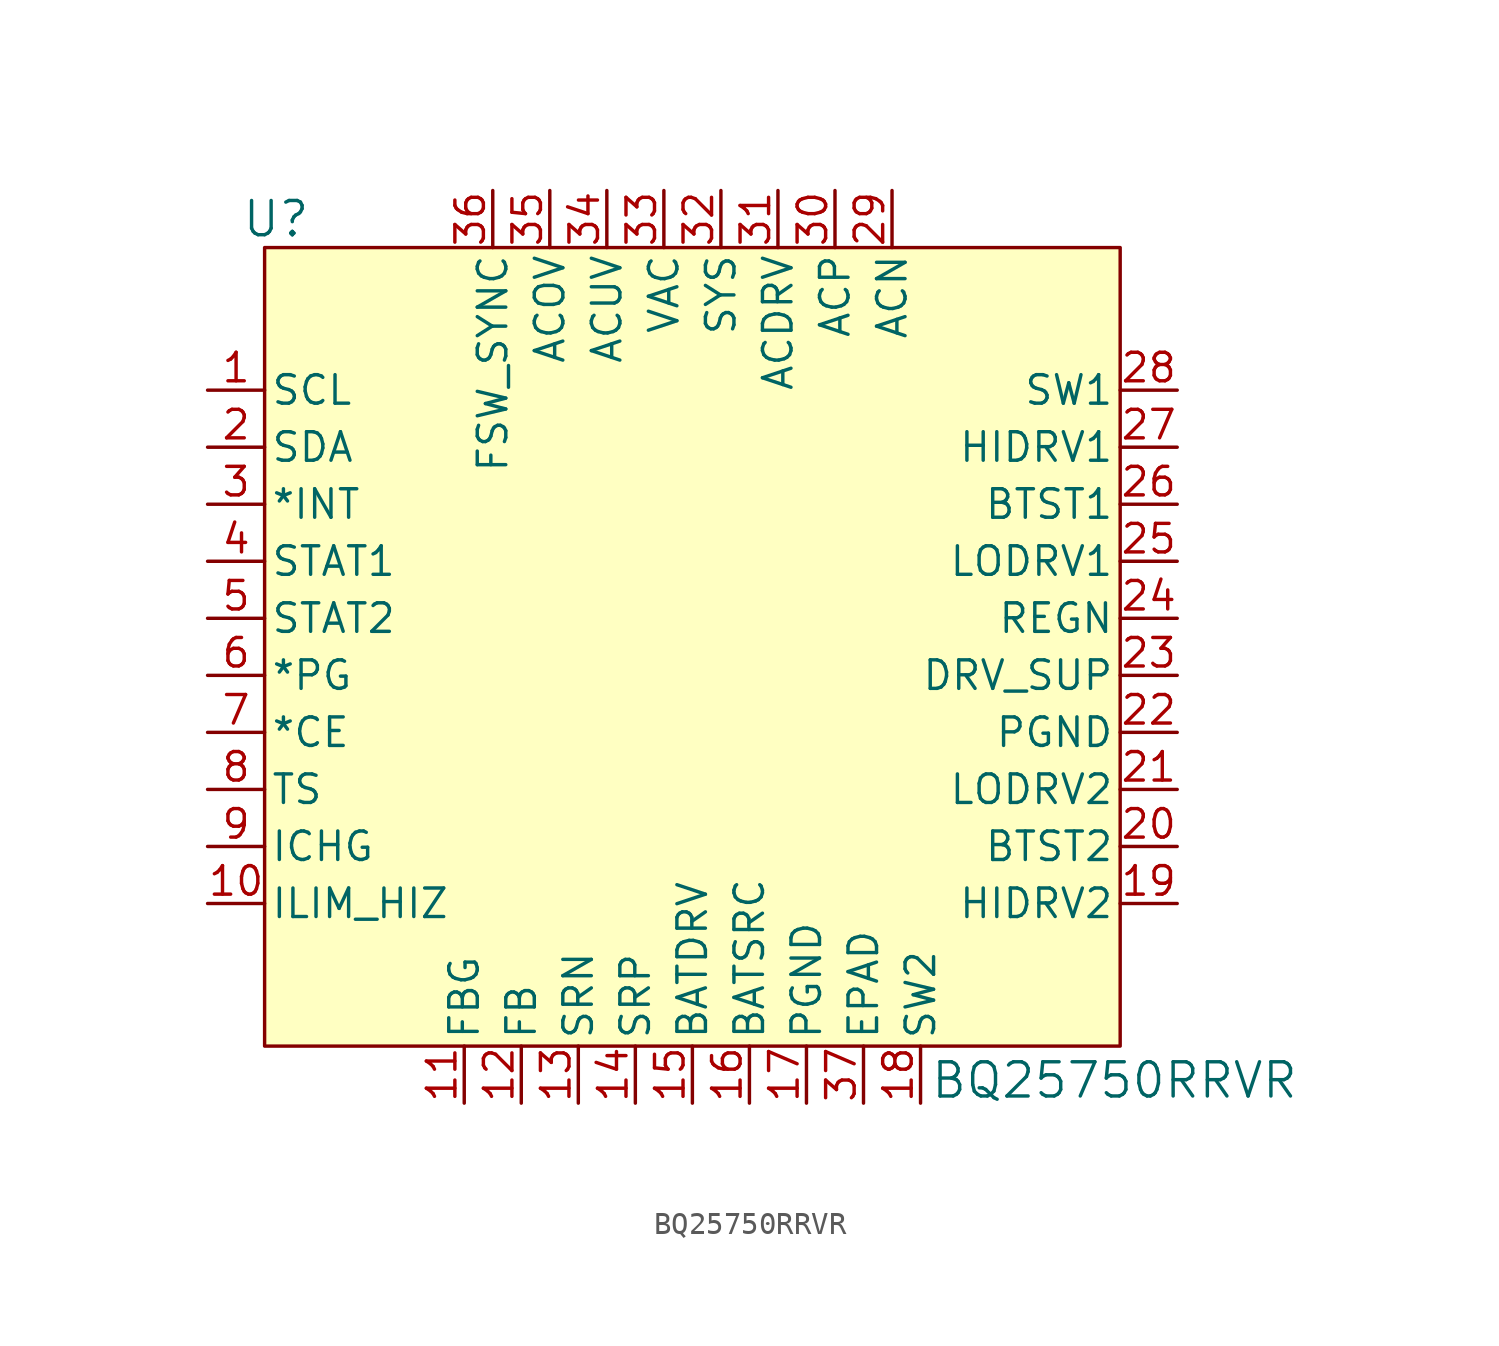
<source format=kicad_sym>
(kicad_symbol_lib
  (version 20241209)
  (generator "kicad_symbol_editor")
  (generator_version "9.0")
  (symbol "BQ25750RRVR"
    (pin_names
      (offset 0.254))
    (property "Reference" "U"
      (at -18.542 19.05 0)
      (effects (font (size 1.524 1.524))))
    (property "Value" "BQ25750RRVR"
      (at 18.796 -19.304 0)
      (effects (font (size 1.524 1.524))))
    (symbol "BQ25750RRVR_0_1"
      (pin input line (at -21.59 11.43 0) (length 2.54) (name "SCL" (effects (font (size 1.27 1.27)))) (number "1" (effects (font (size 1.27 1.27)))))
      (pin output line (at -21.59 6.35 0) (length 2.54) (name "*INT" (effects (font (size 1.27 1.27)))) (number "3" (effects (font (size 1.27 1.27)))))
      (pin output line (at -21.59 3.81 0) (length 2.54) (name "STAT1" (effects (font (size 1.27 1.27)))) (number "4" (effects (font (size 1.27 1.27)))))
      (pin output line (at -21.59 1.27 0) (length 2.54) (name "STAT2" (effects (font (size 1.27 1.27)))) (number "5" (effects (font (size 1.27 1.27)))))
      (pin output line (at -21.59 -1.27 0) (length 2.54) (name "*PG" (effects (font (size 1.27 1.27)))) (number "6" (effects (font (size 1.27 1.27)))))
      (pin bidirectional line (at -21.59 -3.81 0) (length 2.54) (name "*CE" (effects (font (size 1.27 1.27)))) (number "7" (effects (font (size 1.27 1.27)))))
      (pin input line (at -21.59 -6.35 0) (length 2.54) (name "TS" (effects (font (size 1.27 1.27)))) (number "8" (effects (font (size 1.27 1.27)))))
      (pin input line (at -21.59 -8.89 0) (length 2.54) (name "ICHG" (effects (font (size 1.27 1.27)))) (number "9" (effects (font (size 1.27 1.27)))))
      (pin input line (at -21.59 -11.43 0) (length 2.54) (name "ILIM_HIZ" (effects (font (size 1.27 1.27)))) (number "10" (effects (font (size 1.27 1.27)))))
      (pin input line (at -10.16 -20.32 90) (length 2.54) (name "FBG" (effects (font (size 1.27 1.27)))) (number "11" (effects (font (size 1.27 1.27)))))
      (pin power_in line (at -8.89 20.32 270) (length 2.54) (name "FSW_SYNC" (effects (font (size 1.27 1.27)))) (number "36" (effects (font (size 1.27 1.27)))))
      (pin input line (at -7.62 -20.32 90) (length 2.54) (name "FB" (effects (font (size 1.27 1.27)))) (number "12" (effects (font (size 1.27 1.27)))))
      (pin input line (at -6.35 20.32 270) (length 2.54) (name "ACOV" (effects (font (size 1.27 1.27)))) (number "35" (effects (font (size 1.27 1.27)))))
      (pin input line (at -5.08 -20.32 90) (length 2.54) (name "SRN" (effects (font (size 1.27 1.27)))) (number "13" (effects (font (size 1.27 1.27)))))
      (pin input line (at -3.81 20.32 270) (length 2.54) (name "ACUV" (effects (font (size 1.27 1.27)))) (number "34" (effects (font (size 1.27 1.27)))))
      (pin input line (at -2.54 -20.32 90) (length 2.54) (name "SRP" (effects (font (size 1.27 1.27)))) (number "14" (effects (font (size 1.27 1.27)))))
      (pin input line (at -1.27 20.32 270) (length 2.54) (name "VAC" (effects (font (size 1.27 1.27)))) (number "33" (effects (font (size 1.27 1.27)))))
      (pin output line (at 0 -20.32 90) (length 2.54) (name "BATDRV" (effects (font (size 1.27 1.27)))) (number "15" (effects (font (size 1.27 1.27)))))
      (pin input line (at 1.27 20.32 270) (length 2.54) (name "SYS" (effects (font (size 1.27 1.27)))) (number "32" (effects (font (size 1.27 1.27)))))
      (pin input line (at 2.54 -20.32 90) (length 2.54) (name "BATSRC" (effects (font (size 1.27 1.27)))) (number "16" (effects (font (size 1.27 1.27)))))
      (pin output line (at 3.81 20.32 270) (length 2.54) (name "ACDRV" (effects (font (size 1.27 1.27)))) (number "31" (effects (font (size 1.27 1.27)))))
      (pin power_out line (at 5.08 -20.32 90) (length 2.54) (name "PGND" (effects (font (size 1.27 1.27)))) (number "17" (effects (font (size 1.27 1.27)))))
      (pin input line (at 6.35 20.32 270) (length 2.54) (name "ACP" (effects (font (size 1.27 1.27)))) (number "30" (effects (font (size 1.27 1.27)))))
      (pin power_out line (at 7.62 -20.32 90) (length 2.54) (name "EPAD" (effects (font (size 1.27 1.27)))) (number "37" (effects (font (size 1.27 1.27)))))
      (pin input line (at 8.89 20.32 270) (length 2.54) (name "ACN" (effects (font (size 1.27 1.27)))) (number "29" (effects (font (size 1.27 1.27)))))
      (pin power_in line (at 10.16 -20.32 90) (length 2.54) (name "SW2" (effects (font (size 1.27 1.27)))) (number "18" (effects (font (size 1.27 1.27)))))
      (pin power_in line (at 21.59 11.43 180) (length 2.54) (name "SW1" (effects (font (size 1.27 1.27)))) (number "28" (effects (font (size 1.27 1.27)))))
      (pin output line (at 21.59 8.89 180) (length 2.54) (name "HIDRV1" (effects (font (size 1.27 1.27)))) (number "27" (effects (font (size 1.27 1.27)))))
      (pin power_in line (at 21.59 6.35 180) (length 2.54) (name "BTST1" (effects (font (size 1.27 1.27)))) (number "26" (effects (font (size 1.27 1.27)))))
      (pin output line (at 21.59 3.81 180) (length 2.54) (name "LODRV1" (effects (font (size 1.27 1.27)))) (number "25" (effects (font (size 1.27 1.27)))))
      (pin power_in line (at 21.59 1.27 180) (length 2.54) (name "REGN" (effects (font (size 1.27 1.27)))) (number "24" (effects (font (size 1.27 1.27)))))
      (pin power_in line (at 21.59 -1.27 180) (length 2.54) (name "DRV_SUP" (effects (font (size 1.27 1.27)))) (number "23" (effects (font (size 1.27 1.27)))))
      (pin power_in line (at 21.59 -3.81 180) (length 2.54) (name "PGND" (effects (font (size 1.27 1.27)))) (number "22" (effects (font (size 1.27 1.27)))))
      (pin output line (at 21.59 -6.35 180) (length 2.54) (name "LODRV2" (effects (font (size 1.27 1.27)))) (number "21" (effects (font (size 1.27 1.27)))))
      (pin power_in line (at 21.59 -8.89 180) (length 2.54) (name "BTST2" (effects (font (size 1.27 1.27)))) (number "20" (effects (font (size 1.27 1.27)))))
      (pin output line (at 21.59 -11.43 180) (length 2.54) (name "HIDRV2" (effects (font (size 1.27 1.27)))) (number "19" (effects (font (size 1.27 1.27))))))
    (symbol "BQ25750RRVR_1_1"
      (rectangle (start -19.05 17.78) (end 19.05 -17.78) (stroke (width 0) (type solid)) (fill (type background)))
      (pin bidirectional line (at -21.59 8.89 0) (length 2.54) (name "SDA" (effects (font (size 1.27 1.27)))) (number "2" (effects (font (size 1.27 1.27))))))))
</source>
